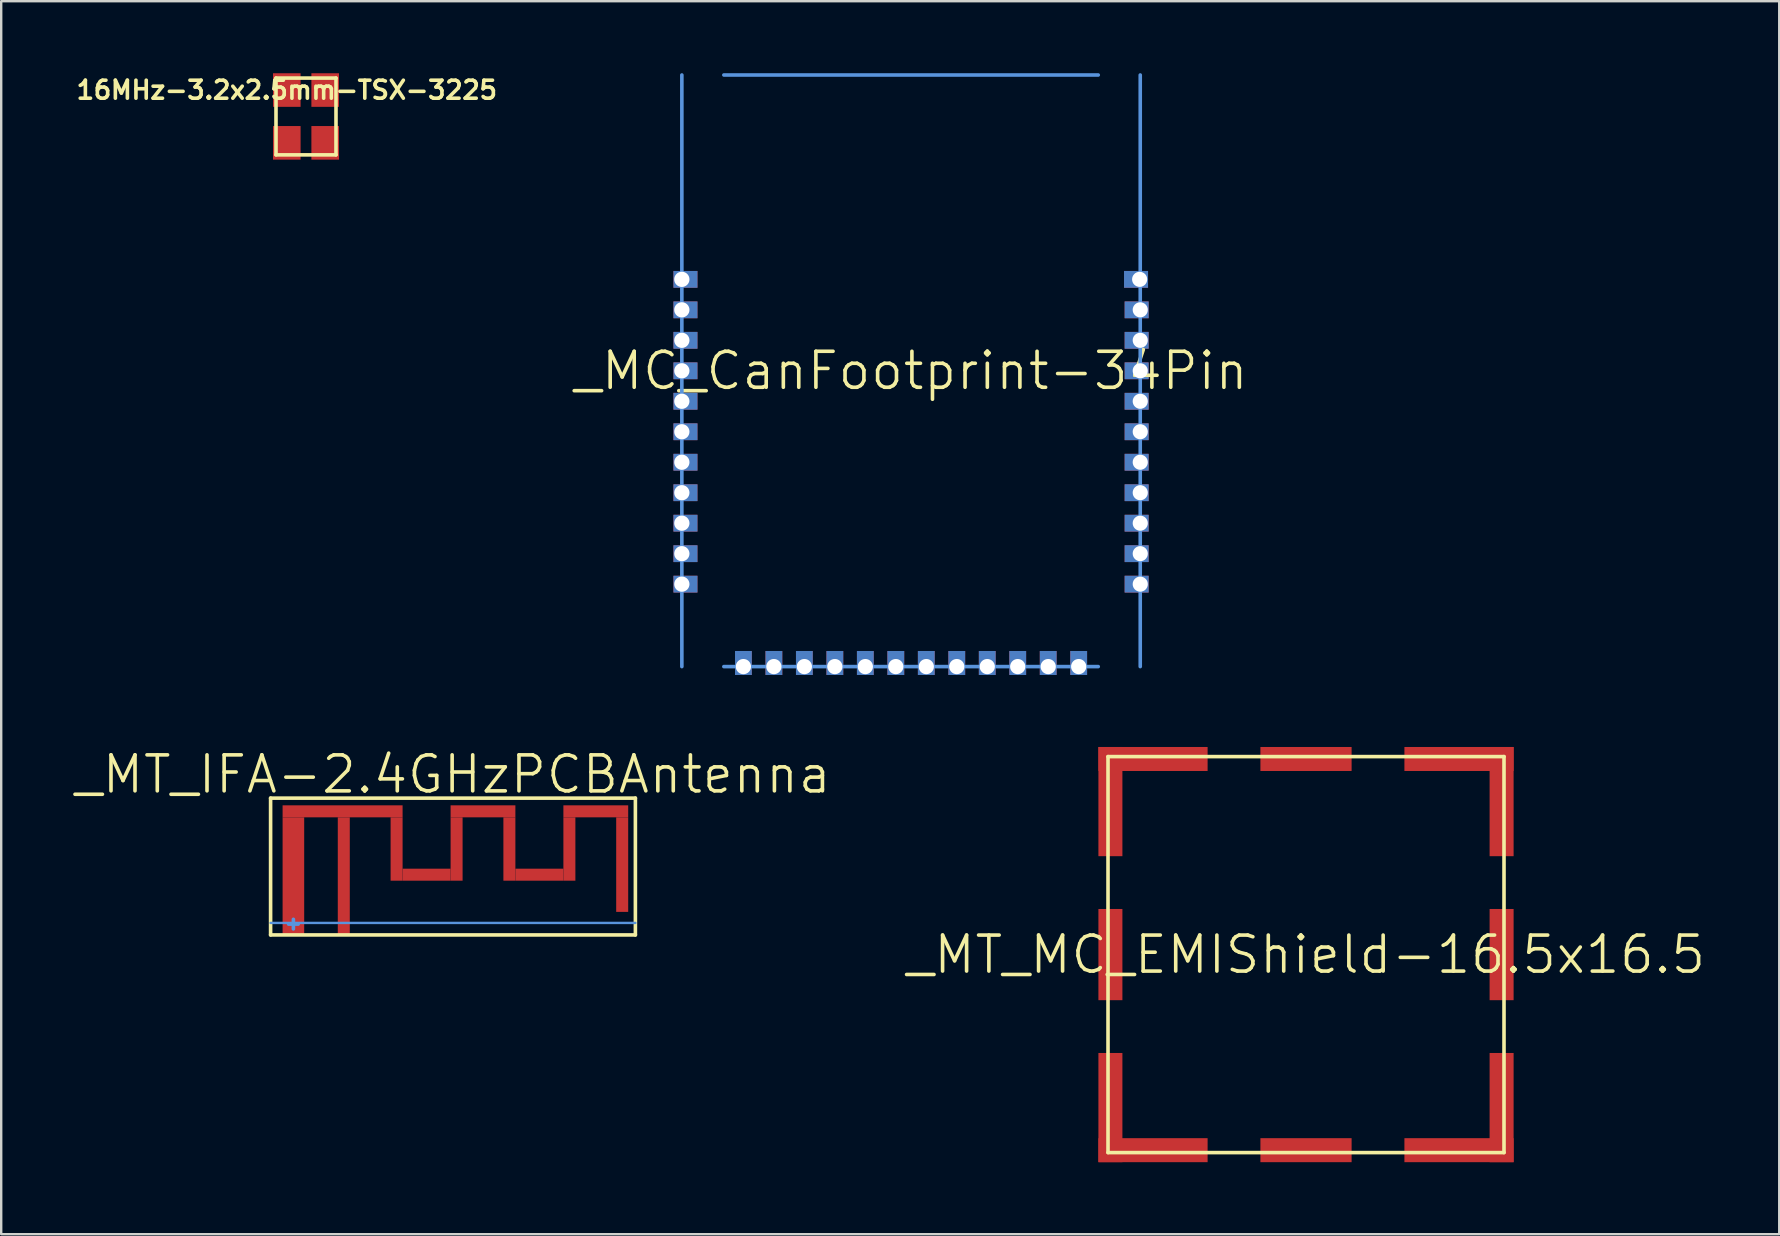
<source format=kicad_pcb>
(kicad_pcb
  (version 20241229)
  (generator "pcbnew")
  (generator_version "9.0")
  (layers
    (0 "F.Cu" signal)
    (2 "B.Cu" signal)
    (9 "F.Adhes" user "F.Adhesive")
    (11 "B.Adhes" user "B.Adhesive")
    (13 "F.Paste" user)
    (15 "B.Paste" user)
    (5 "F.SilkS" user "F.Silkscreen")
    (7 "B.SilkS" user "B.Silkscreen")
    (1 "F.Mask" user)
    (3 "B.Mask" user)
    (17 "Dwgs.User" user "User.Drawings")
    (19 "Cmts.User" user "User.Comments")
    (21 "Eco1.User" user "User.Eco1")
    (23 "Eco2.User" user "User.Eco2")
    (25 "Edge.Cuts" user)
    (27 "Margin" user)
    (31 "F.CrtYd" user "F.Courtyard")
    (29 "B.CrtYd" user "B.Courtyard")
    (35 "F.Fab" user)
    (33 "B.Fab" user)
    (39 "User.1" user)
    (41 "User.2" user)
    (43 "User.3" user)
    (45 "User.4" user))
  (footprint "_MC_CanFootprint-34Pin"
    (layer "F.Cu")
    (at 34.911 12.4)
    (property "Reference" "_MC_CanFootprint-34Pin" (at 0 0 0) (layer "F.SilkS") (effects (font (size 1.5 1.5) (thickness 0.15))))
    (attr through_hole)
    (fp_line (start -9.55 12.325) (end -9.55 -12.325) (stroke (width 0.15) (type solid)) (layer "Cmts.User"))
    (fp_line (start -7.8 -12.325) (end 7.8 -12.325) (stroke (width 0.15) (type solid)) (layer "Cmts.User"))
    (fp_line (start -7.8 12.325) (end 7.8 12.325) (stroke (width 0.15) (type solid)) (layer "Cmts.User"))
    (fp_line (start 9.55 -12.325) (end 9.55 12.325) (stroke (width 0.15) (type solid)) (layer "Cmts.User"))
    (pad "1" thru_hole trapezoid (at -9.55 -3.81) (size 1 0.7) (drill 0.635 (offset 0.15 0)) (layers "*.Cu" "*.Mask"))
    (pad "2" thru_hole trapezoid (at -9.55 -2.54) (size 1 0.7) (drill 0.635 (offset 0.15 0)) (layers "*.Cu" "*.Mask"))
    (pad "3" thru_hole trapezoid (at -9.55 -1.27) (size 1 0.7) (drill 0.635 (offset 0.15 0)) (layers "*.Cu" "*.Mask"))
    (pad "4" thru_hole trapezoid (at -9.55 0) (size 1 0.7) (drill 0.635 (offset 0.15 0)) (layers "*.Cu" "*.Mask"))
    (pad "5" thru_hole trapezoid (at -9.55 1.27) (size 1 0.7) (drill 0.635 (offset 0.15 0)) (layers "*.Cu" "*.Mask"))
    (pad "6" thru_hole trapezoid (at -9.55 2.54) (size 1 0.7) (drill 0.635 (offset 0.15 0)) (layers "*.Cu" "*.Mask"))
    (pad "7" thru_hole trapezoid (at -9.55 3.81) (size 1 0.7) (drill 0.635 (offset 0.15 0)) (layers "*.Cu" "*.Mask"))
    (pad "8" thru_hole trapezoid (at -9.55 5.08) (size 1 0.7) (drill 0.635 (offset 0.15 0)) (layers "*.Cu" "*.Mask"))
    (pad "9" thru_hole trapezoid (at -9.55 6.35) (size 1 0.7) (drill 0.635 (offset 0.15 0)) (layers "*.Cu" "*.Mask"))
    (pad "10" thru_hole trapezoid (at -9.55 7.62) (size 1 0.7) (drill 0.635 (offset 0.15 0)) (layers "*.Cu" "*.Mask"))
    (pad "11" thru_hole trapezoid (at -9.55 8.89) (size 1 0.7) (drill 0.635 (offset 0.15 0)) (layers "*.Cu" "*.Mask"))
    (pad "12" thru_hole rect (at -6.985 12.325) (size 0.7 1) (drill 0.635 (offset 0 -0.15)) (layers "*.Cu" "*.Mask"))
    (pad "13" thru_hole rect (at -5.715 12.325) (size 0.7 1) (drill 0.635 (offset 0 -0.15)) (layers "*.Cu" "*.Mask"))
    (pad "14" thru_hole rect (at -4.445 12.325) (size 0.7 1) (drill 0.635 (offset 0 -0.15)) (layers "*.Cu" "*.Mask"))
    (pad "15" thru_hole rect (at -3.175 12.325) (size 0.7 1) (drill 0.635 (offset 0 -0.15)) (layers "*.Cu" "*.Mask"))
    (pad "16" thru_hole rect (at -1.905 12.325) (size 0.7 1) (drill 0.635 (offset 0 -0.15)) (layers "*.Cu" "*.Mask"))
    (pad "17" thru_hole rect (at -0.635 12.325) (size 0.7 1) (drill 0.635 (offset 0 -0.15)) (layers "*.Cu" "*.Mask"))
    (pad "18" thru_hole rect (at 0.635 12.325) (size 0.7 1) (drill 0.635 (offset 0 -0.15)) (layers "*.Cu" "*.Mask"))
    (pad "19" thru_hole rect (at 1.905 12.325) (size 0.7 1) (drill 0.635 (offset 0 -0.15)) (layers "*.Cu" "*.Mask"))
    (pad "20" thru_hole rect (at 3.175 12.325) (size 0.7 1) (drill 0.635 (offset 0 -0.15)) (layers "*.Cu" "*.Mask"))
    (pad "21" thru_hole rect (at 4.445 12.325) (size 0.7 1) (drill 0.635 (offset 0 -0.15)) (layers "*.Cu" "*.Mask"))
    (pad "22" thru_hole rect (at 5.715 12.325) (size 0.7 1) (drill 0.635 (offset 0 -0.15)) (layers "*.Cu" "*.Mask"))
    (pad "23" thru_hole rect (at 6.985 12.325) (size 0.7 1) (drill 0.635 (offset 0 -0.15)) (layers "*.Cu" "*.Mask"))
    (pad "24" thru_hole rect (at 9.55 8.89) (size 1 0.7) (drill 0.63 (offset -0.15 0)) (layers "*.Cu" "*.Mask"))
    (pad "25" thru_hole rect (at 9.55 7.62) (size 1 0.7) (drill 0.63 (offset -0.15 0)) (layers "*.Cu" "*.Mask"))
    (pad "26" thru_hole rect (at 9.55 6.35) (size 1 0.7) (drill 0.63 (offset -0.15 0)) (layers "*.Cu" "*.Mask"))
    (pad "27" thru_hole rect (at 9.55 5.08) (size 1 0.7) (drill 0.63 (offset -0.15 0)) (layers "*.Cu" "*.Mask"))
    (pad "28" thru_hole rect (at 9.55 3.81) (size 1 0.7) (drill 0.63 (offset -0.15 0)) (layers "*.Cu" "*.Mask"))
    (pad "29" thru_hole rect (at 9.55 2.54) (size 1 0.7) (drill 0.63 (offset -0.15 0)) (layers "*.Cu" "*.Mask"))
    (pad "30" thru_hole rect (at 9.55 1.27) (size 1 0.7) (drill 0.63 (offset -0.15 0)) (layers "*.Cu" "*.Mask"))
    (pad "31" thru_hole rect (at 9.55 0) (size 1 0.7) (drill 0.63 (offset -0.15 0)) (layers "*.Cu" "*.Mask"))
    (pad "32" thru_hole rect (at 9.55 -1.27) (size 1 0.7) (drill 0.63 (offset -0.15 0)) (layers "*.Cu" "*.Mask"))
    (pad "33" thru_hole rect (at 9.55 -2.54) (size 1 0.7) (drill 0.63 (offset -0.15 0)) (layers "*.Cu" "*.Mask"))
    (pad "34" thru_hole rect (at 9.525 -3.81) (size 1 0.7) (drill 0.63 (offset -0.15 0)) (layers "*.Cu" "*.Mask")))
  (footprint "16MHz-3.2x2.5mm-TSX-3225"
    (layer "F.Cu")
    (at 9.7 1.802)
    (property "Reference" "16MHz-3.2x2.5mm-TSX-3225" (at -0.8 -1.1 0) (layer "F.SilkS") (effects (font (size 0.75 0.75) (thickness 0.15))))
    (attr through_hole)
    (fp_line (start -1.25 -1.6) (end -1.25 1.6) (stroke (width 0.15) (type solid)) (layer "F.SilkS"))
    (fp_line (start -1.25 -1.6) (end 1.25 -1.6) (stroke (width 0.15) (type solid)) (layer "F.SilkS"))
    (fp_line (start 1.25 -1.6) (end 1.25 1.6) (stroke (width 0.15) (type solid)) (layer "F.SilkS"))
    (fp_line (start 1.25 1.6) (end -1.25 1.6) (stroke (width 0.15) (type solid)) (layer "F.SilkS"))
    (pad "1" smd rect (at -0.8 -1.1) (size 1.15 1.4) (layers "F.Cu" "F.Mask" "F.Paste"))
    (pad "2" smd rect (at -0.8 1.1) (size 1.15 1.4) (layers "F.Cu" "F.Mask" "F.Paste"))
    (pad "3" smd rect (at 0.8 1.1) (size 1.15 1.4) (layers "F.Cu" "F.Mask" "F.Paste"))
    (pad "4" smd rect (at 0.8 -1.1) (size 1.15 1.4) (layers "F.Cu" "F.Mask" "F.Paste")))
  (footprint "_MT_MC_EMIShield-16.5x16.5"
    (layer "F.Cu")
    (at 51.368 36.725)
    (property "Reference" "_MT_MC_EMIShield-16.5x16.5" (at 0 0 0) (layer "F.SilkS") (effects (font (size 1.5 1.5) (thickness 0.15))))
    (attr through_hole)
    (fp_line (start -8.25 8.25) (end -8.25 -8.25) (stroke (width 0.15) (type solid)) (layer "F.SilkS"))
    (fp_line (start -8.25 8.25) (end 8.25 8.25) (stroke (width 0.15) (type solid)) (layer "F.SilkS"))
    (fp_line (start 8.25 -8.25) (end -8.25 -8.25) (stroke (width 0.15) (type solid)) (layer "F.SilkS"))
    (fp_line (start 8.25 8.25) (end 8.25 -8.25) (stroke (width 0.15) (type solid)) (layer "F.SilkS"))
    (pad "" smd rect (at -8.15 -6.375) (size 1 4.55) (layers "F.Cu" "F.Mask" "F.Paste"))
    (pad "" smd rect (at -8.15 0) (size 1 3.8) (layers "F.Cu" "F.Mask" "F.Paste"))
    (pad "" smd rect (at -8.15 6.375) (size 1 4.55) (layers "F.Cu" "F.Mask" "F.Paste"))
    (pad "" smd rect (at -6.375 -8.15) (size 4.55 1) (layers "F.Cu" "F.Mask" "F.Paste"))
    (pad "" smd rect (at -6.375 8.15) (size 4.55 1) (layers "F.Cu" "F.Mask" "F.Paste"))
    (pad "" smd rect (at 0 -8.15) (size 3.8 1) (layers "F.Cu" "F.Mask" "F.Paste"))
    (pad "" smd rect (at 0 8.15) (size 3.8 1) (layers "F.Cu" "F.Mask" "F.Paste"))
    (pad "" smd rect (at 6.375 -8.15) (size 4.55 1) (layers "F.Cu" "F.Mask" "F.Paste"))
    (pad "" smd rect (at 6.375 8.15) (size 4.55 1) (layers "F.Cu" "F.Mask" "F.Paste"))
    (pad "" smd rect (at 8.15 -6.375) (size 1 4.55) (layers "F.Cu" "F.Mask" "F.Paste"))
    (pad "" smd rect (at 8.15 0) (size 1 3.8) (layers "F.Cu" "F.Mask" "F.Paste"))
    (pad "" smd rect (at 8.15 6.375) (size 1 4.55) (layers "F.Cu" "F.Mask" "F.Paste")))
  (footprint "_MT_IFA-2.4GHzPCBAntenna"
    (layer "F.Cu")
    (at 15.825 33.056)
    (property "Reference" "_MT_IFA-2.4GHzPCBAntenna" (at 0 -3.84 0) (layer "F.SilkS") (effects (font (size 1.5 1.5) (thickness 0.15))))
    (attr through_hole)
    (fp_line (start -7.6 2.85) (end -7.6 -2.85) (stroke (width 0.15) (type solid)) (layer "F.SilkS"))
    (fp_line (start -7.6 2.85) (end 7.6 2.85) (stroke (width 0.15) (type solid)) (layer "F.SilkS"))
    (fp_line (start 7.6 -2.85) (end -7.6 -2.85) (stroke (width 0.15) (type solid)) (layer "F.SilkS"))
    (fp_line (start 7.6 2.85) (end 7.6 -2.85) (stroke (width 0.15) (type solid)) (layer "F.SilkS"))
    (fp_line (start -7.6 2.35) (end 7.6 2.35) (stroke (width 0.1) (type solid)) (layer "Cmts.User"))
    (fp_line (start -6.85 2.4) (end -6.45 2.4) (stroke (width 0.15) (type solid)) (layer "Cmts.User"))
    (fp_line (start -6.65 2.6) (end -6.65 2.2) (stroke (width 0.15) (type solid)) (layer "Cmts.User"))
    (pad "" smd rect (at -4.6 -2.3) (size 5 0.5) (layers "F.Cu" "F.Mask" "F.Paste"))
    (pad "" smd rect (at -2.35 -0.73) (size 0.5 2.64) (layers "F.Cu" "F.Mask" "F.Paste"))
    (pad "" smd rect (at -1.1 0.34) (size 2 0.5) (layers "F.Cu" "F.Mask" "F.Paste"))
    (pad "" smd rect (at 0.15 -0.73) (size 0.5 2.64) (layers "F.Cu" "F.Mask" "F.Paste"))
    (pad "" smd rect (at 1.25 -2.3) (size 2.7 0.5) (layers "F.Cu" "F.Mask" "F.Paste"))
    (pad "" smd rect (at 2.35 -0.73) (size 0.5 2.64) (layers "F.Cu" "F.Mask" "F.Paste"))
    (pad "" smd rect (at 3.6 0.34) (size 2 0.5) (layers "F.Cu" "F.Mask" "F.Paste"))
    (pad "" smd rect (at 4.85 -0.73) (size 0.5 2.64) (layers "F.Cu" "F.Mask" "F.Paste"))
    (pad "" smd rect (at 5.95 -2.3) (size 2.7 0.5) (layers "F.Cu" "F.Mask" "F.Paste"))
    (pad "" smd rect (at 7.05 -0.08) (size 0.5 3.94) (layers "F.Cu" "F.Mask" "F.Paste"))
    (pad "1" smd rect (at -4.55 0.4) (size 0.5 4.9) (layers "F.Cu" "F.Mask" "F.Paste"))
    (pad "2" smd rect (at -6.65 0.4) (size 0.9 4.9) (layers "F.Cu" "F.Mask" "F.Paste")))
  (gr_rect
    (start -3 -3)
    (end 71.086 48.375)
    (stroke (width 0.1) (type default))
    (fill no)
    (layer "Edge.Cuts")))
</source>
